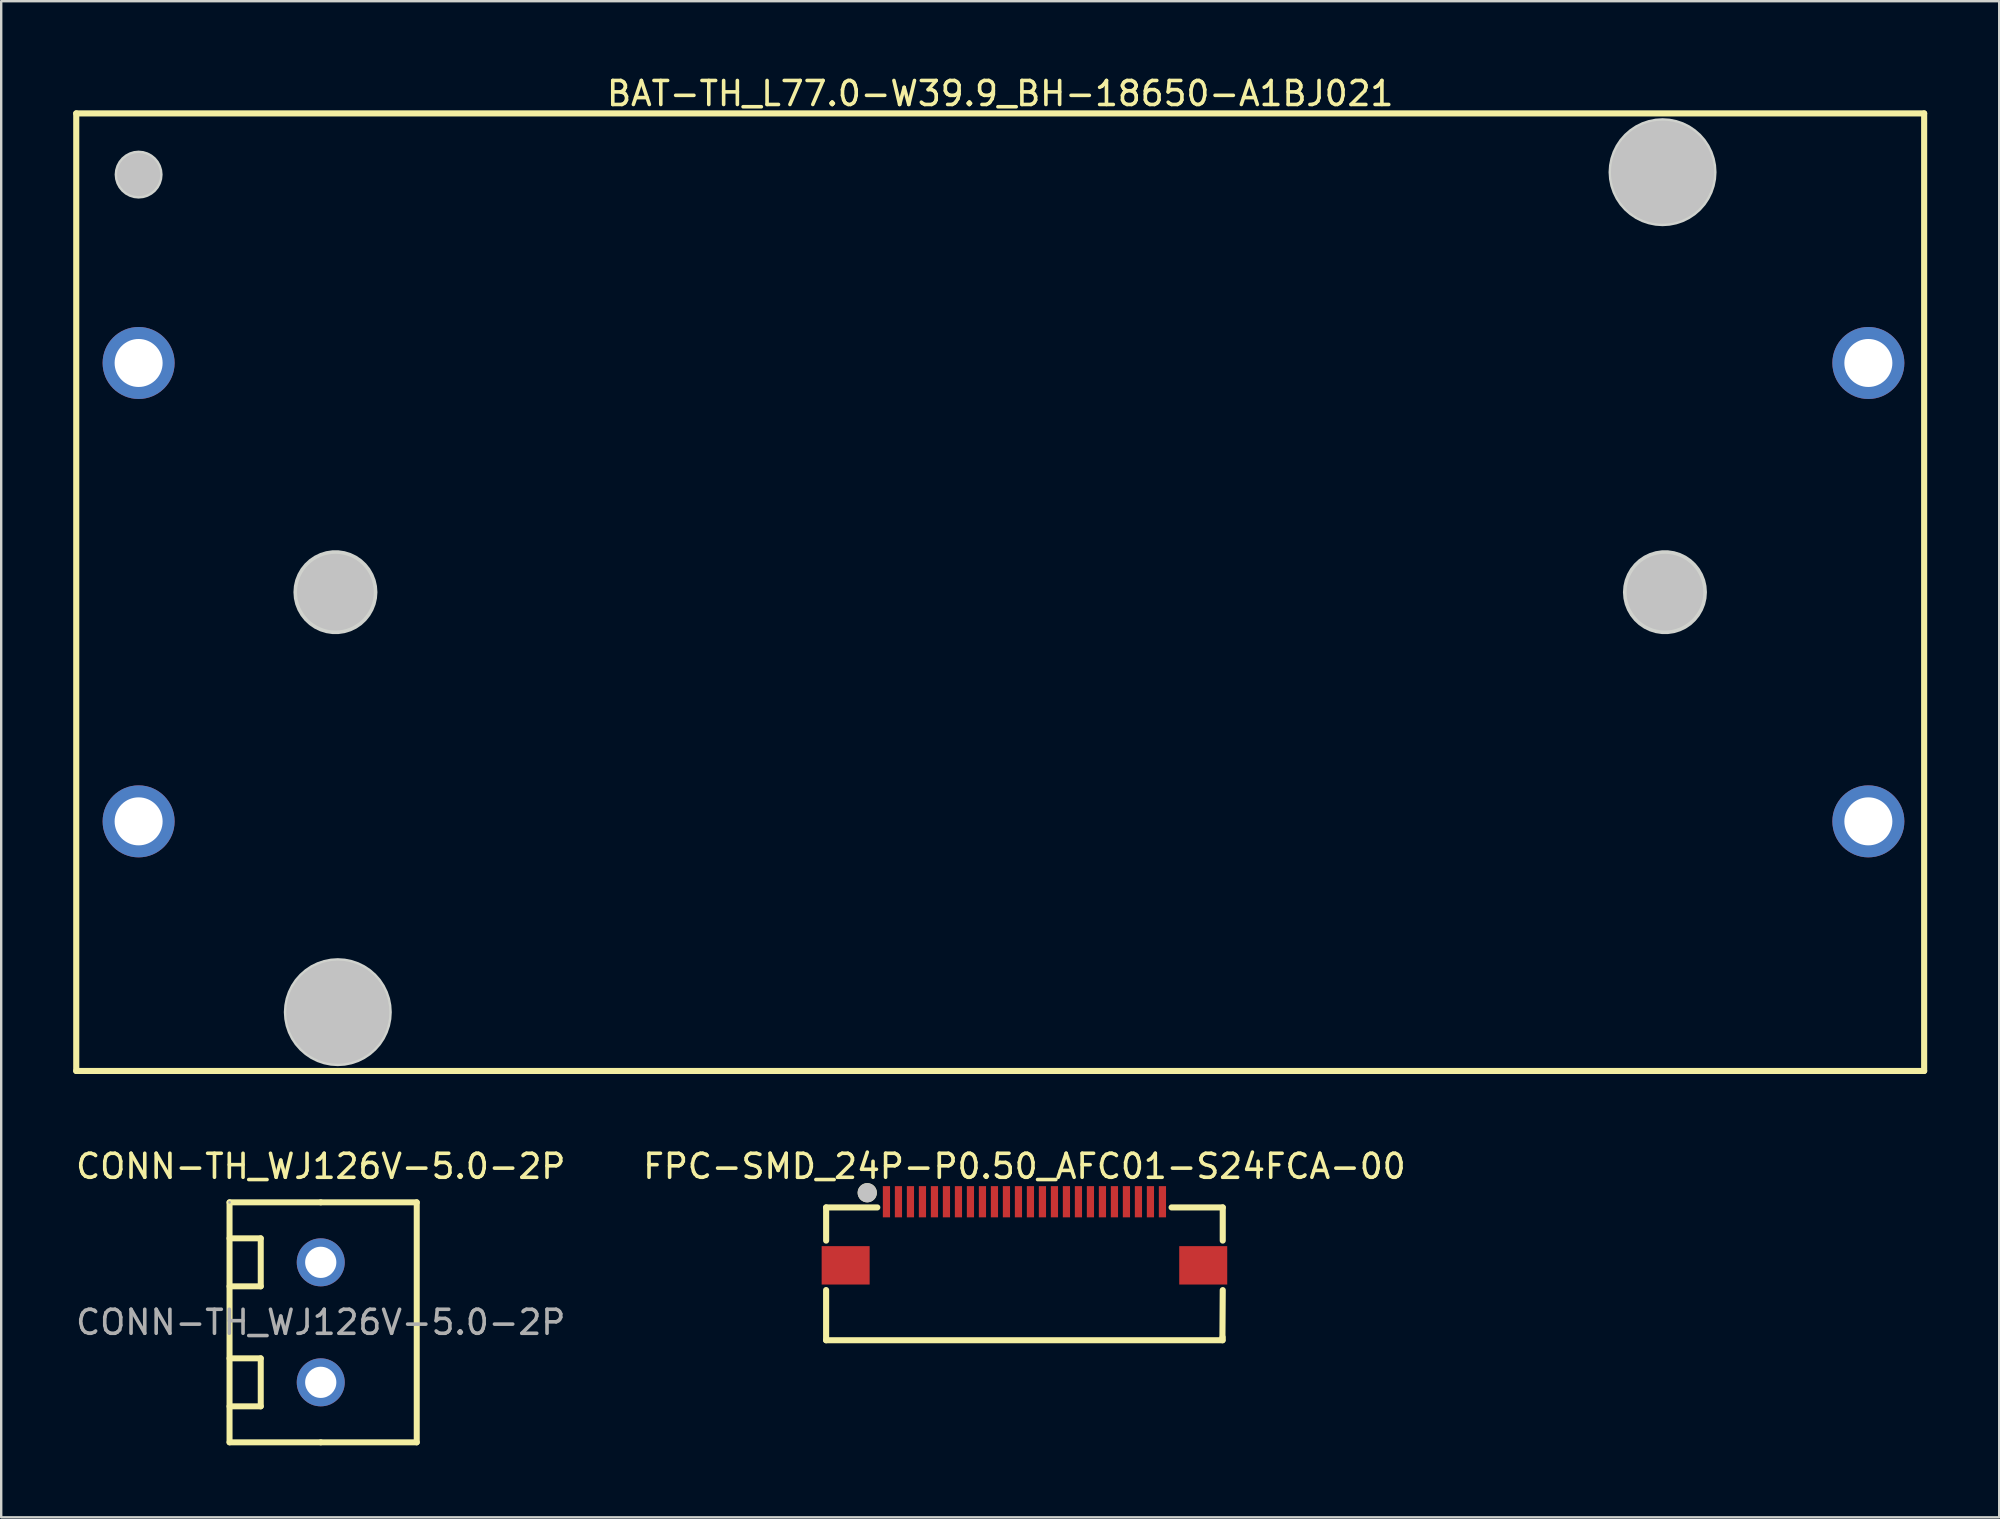
<source format=kicad_pcb>
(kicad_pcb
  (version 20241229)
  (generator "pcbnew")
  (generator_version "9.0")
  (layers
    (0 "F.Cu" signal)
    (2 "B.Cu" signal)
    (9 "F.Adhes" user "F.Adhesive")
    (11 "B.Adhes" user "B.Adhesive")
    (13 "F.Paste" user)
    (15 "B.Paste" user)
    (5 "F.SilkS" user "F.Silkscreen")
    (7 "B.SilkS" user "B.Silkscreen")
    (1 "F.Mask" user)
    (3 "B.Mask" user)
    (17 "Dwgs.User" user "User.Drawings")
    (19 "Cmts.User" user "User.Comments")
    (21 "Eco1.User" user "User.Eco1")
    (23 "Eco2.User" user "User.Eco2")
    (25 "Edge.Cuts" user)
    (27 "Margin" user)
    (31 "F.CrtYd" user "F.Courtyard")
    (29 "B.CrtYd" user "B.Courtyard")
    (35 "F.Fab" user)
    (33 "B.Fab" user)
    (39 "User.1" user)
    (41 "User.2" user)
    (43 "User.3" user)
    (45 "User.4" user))
  (footprint "CONN-TH_WJ126V-5.0-2P"
    (layer "F.Cu")
    (at 10.315 52.05)
    (property "Reference" "CONN-TH_WJ126V-5.0-2P" (at 0 -6.5 0) (layer "F.SilkS") (effects (font (size 1 1) (thickness 0.15))))
    (attr through_hole)
    (fp_line (start -3.8 -5) (end 0 -5) (stroke (width 0.25) (type solid)) (layer "F.SilkS"))
    (fp_line (start -3.8 -3.5) (end -2.5 -3.5) (stroke (width 0.25) (type solid)) (layer "F.SilkS"))
    (fp_line (start -3.8 1.5) (end -2.5 1.5) (stroke (width 0.25) (type solid)) (layer "F.SilkS"))
    (fp_line (start -3.8 5) (end -3.8 -5) (stroke (width 0.25) (type solid)) (layer "F.SilkS"))
    (fp_line (start -2.5 -3.5) (end -2.5 -1.5) (stroke (width 0.25) (type solid)) (layer "F.SilkS"))
    (fp_line (start -2.5 -1.5) (end -3.8 -1.5) (stroke (width 0.25) (type solid)) (layer "F.SilkS"))
    (fp_line (start -2.5 1.5) (end -2.5 3.5) (stroke (width 0.25) (type solid)) (layer "F.SilkS"))
    (fp_line (start -2.5 3.5) (end -3.8 3.5) (stroke (width 0.25) (type solid)) (layer "F.SilkS"))
    (fp_line (start 0 -5) (end 4 -5) (stroke (width 0.25) (type solid)) (layer "F.SilkS"))
    (fp_line (start 0 5) (end -3.8 5) (stroke (width 0.25) (type solid)) (layer "F.SilkS"))
    (fp_line (start 4 -5) (end 4 5) (stroke (width 0.25) (type solid)) (layer "F.SilkS"))
    (fp_line (start 4 5) (end 0 5) (stroke (width 0.25) (type solid)) (layer "F.SilkS"))
    (fp_circle (center -3.8 -5) (end -3.77 -5) (stroke (width 0.06) (type solid)) (fill no) (layer "F.Fab"))
    (fp_text user "${REFERENCE}" (at 0 0 0) (layer "F.Fab") (effects (font (size 1 1) (thickness 0.15))))
    (pad "1" thru_hole circle (at 0 -2.5) (size 2 2) (drill 1.3) (layers "*.Cu" "*.Mask"))
    (pad "2" thru_hole circle (at 0 2.5) (size 2 2) (drill 1.3) (layers "*.Cu" "*.Mask")))
  (footprint "FPC-SMD_24P-P0.50_AFC01-S24FCA-00"
    (layer "F.Cu")
    (at 39.637 48.35)
    (property "Reference" "FPC-SMD_24P-P0.50_AFC01-S24FCA-00" (at 0 -2.8 0) (unlocked yes) (layer "F.SilkS") (effects (font (size 1 1) (thickness 0.15))))
    (attr smd)
    (fp_line (start -8.264 2.355) (end -8.264 4.446) (stroke (width 0.254) (type default)) (layer "F.SilkS"))
    (fp_line (start -8.264 4.446) (end 8.256 4.446) (stroke (width 0.254) (type default)) (layer "F.SilkS"))
    (fp_line (start -8.263 -1.088) (end -8.263 0.294) (stroke (width 0.254) (type default)) (layer "F.SilkS"))
    (fp_line (start -6.131 -1.088) (end -8.263 -1.088) (stroke (width 0.254) (type default)) (layer "F.SilkS"))
    (fp_line (start 8.25 4.35) (end 8.263 2.357) (stroke (width 0.254) (type default)) (layer "F.SilkS"))
    (fp_line (start 8.256 4.446) (end 8.256 4.319) (stroke (width 0.254) (type default)) (layer "F.SilkS"))
    (fp_line (start 8.263 -1.088) (end 6.131 -1.088) (stroke (width 0.254) (type default)) (layer "F.SilkS"))
    (fp_line (start 8.263 0.294) (end 8.263 -1.088) (stroke (width 0.254) (type default)) (layer "F.SilkS"))
    (fp_circle (center -6.55 -1.7) (end -6.35 -1.7) (stroke (width 0.4) (type default)) (fill no) (layer "F.SilkS"))
    (fp_circle (center -6.55 -1.7) (end -6.35 -1.7) (stroke (width 0.4) (type default)) (fill no) (layer "Dwgs.User"))
    (fp_poly (pts (xy -6.7 0.825) (xy -6.7 1.825) (xy -8.2 1.825) (xy -8.2 0.825)) (stroke (width 0.1) (type default)) (fill no) (layer "User.1"))
    (fp_poly (pts (xy -5.65 -0.955) (xy -5.85 -0.955) (xy -5.85 -1.705) (xy -5.65 -1.705)) (stroke (width 0.1) (type default)) (fill no) (layer "User.1"))
    (fp_poly (pts (xy -5.15 -0.955) (xy -5.35 -0.955) (xy -5.35 -1.705) (xy -5.15 -1.705)) (stroke (width 0.1) (type default)) (fill no) (layer "User.1"))
    (fp_poly (pts (xy -4.65 -0.955) (xy -4.85 -0.955) (xy -4.85 -1.705) (xy -4.65 -1.705)) (stroke (width 0.1) (type default)) (fill no) (layer "User.1"))
    (fp_poly (pts (xy -4.15 -0.955) (xy -4.35 -0.955) (xy -4.35 -1.705) (xy -4.15 -1.705)) (stroke (width 0.1) (type default)) (fill no) (layer "User.1"))
    (fp_poly (pts (xy -3.65 -0.955) (xy -3.85 -0.955) (xy -3.85 -1.705) (xy -3.65 -1.705)) (stroke (width 0.1) (type default)) (fill no) (layer "User.1"))
    (fp_poly (pts (xy -3.15 -0.955) (xy -3.35 -0.955) (xy -3.35 -1.705) (xy -3.15 -1.705)) (stroke (width 0.1) (type default)) (fill no) (layer "User.1"))
    (fp_poly (pts (xy -2.65 -0.955) (xy -2.85 -0.955) (xy -2.85 -1.705) (xy -2.65 -1.705)) (stroke (width 0.1) (type default)) (fill no) (layer "User.1"))
    (fp_poly (pts (xy -2.15 -0.955) (xy -2.35 -0.955) (xy -2.35 -1.705) (xy -2.15 -1.705)) (stroke (width 0.1) (type default)) (fill no) (layer "User.1"))
    (fp_poly (pts (xy -1.65 -0.955) (xy -1.85 -0.955) (xy -1.85 -1.705) (xy -1.65 -1.705)) (stroke (width 0.1) (type default)) (fill no) (layer "User.1"))
    (fp_poly (pts (xy -1.15 -0.955) (xy -1.35 -0.955) (xy -1.35 -1.705) (xy -1.15 -1.705)) (stroke (width 0.1) (type default)) (fill no) (layer "User.1"))
    (fp_poly (pts (xy -0.65 -0.955) (xy -0.85 -0.955) (xy -0.85 -1.705) (xy -0.65 -1.705)) (stroke (width 0.1) (type default)) (fill no) (layer "User.1"))
    (fp_poly (pts (xy -0.15 -0.955) (xy -0.35 -0.955) (xy -0.35 -1.705) (xy -0.15 -1.705)) (stroke (width 0.1) (type default)) (fill no) (layer "User.1"))
    (fp_poly (pts (xy 0.35 -0.955) (xy 0.15 -0.955) (xy 0.15 -1.705) (xy 0.35 -1.705)) (stroke (width 0.1) (type default)) (fill no) (layer "User.1"))
    (fp_poly (pts (xy 0.85 -0.955) (xy 0.65 -0.955) (xy 0.65 -1.705) (xy 0.85 -1.705)) (stroke (width 0.1) (type default)) (fill no) (layer "User.1"))
    (fp_poly (pts (xy 1.35 -0.955) (xy 1.15 -0.955) (xy 1.15 -1.705) (xy 1.35 -1.705)) (stroke (width 0.1) (type default)) (fill no) (layer "User.1"))
    (fp_poly (pts (xy 1.85 -0.955) (xy 1.65 -0.955) (xy 1.65 -1.705) (xy 1.85 -1.705)) (stroke (width 0.1) (type default)) (fill no) (layer "User.1"))
    (fp_poly (pts (xy 2.35 -0.955) (xy 2.15 -0.955) (xy 2.15 -1.705) (xy 2.35 -1.705)) (stroke (width 0.1) (type default)) (fill no) (layer "User.1"))
    (fp_poly (pts (xy 2.85 -0.955) (xy 2.65 -0.955) (xy 2.65 -1.705) (xy 2.85 -1.705)) (stroke (width 0.1) (type default)) (fill no) (layer "User.1"))
    (fp_poly (pts (xy 3.35 -0.955) (xy 3.15 -0.955) (xy 3.15 -1.705) (xy 3.35 -1.705)) (stroke (width 0.1) (type default)) (fill no) (layer "User.1"))
    (fp_poly (pts (xy 3.85 -0.955) (xy 3.65 -0.955) (xy 3.65 -1.705) (xy 3.85 -1.705)) (stroke (width 0.1) (type default)) (fill no) (layer "User.1"))
    (fp_poly (pts (xy 4.35 -0.955) (xy 4.15 -0.955) (xy 4.15 -1.705) (xy 4.35 -1.705)) (stroke (width 0.1) (type default)) (fill no) (layer "User.1"))
    (fp_poly (pts (xy 4.85 -0.955) (xy 4.65 -0.955) (xy 4.65 -1.705) (xy 4.85 -1.705)) (stroke (width 0.1) (type default)) (fill no) (layer "User.1"))
    (fp_poly (pts (xy 5.35 -0.955) (xy 5.15 -0.955) (xy 5.15 -1.705) (xy 5.35 -1.705)) (stroke (width 0.1) (type default)) (fill no) (layer "User.1"))
    (fp_poly (pts (xy 5.85 -0.955) (xy 5.65 -0.955) (xy 5.65 -1.705) (xy 5.85 -1.705)) (stroke (width 0.1) (type default)) (fill no) (layer "User.1"))
    (fp_poly (pts (xy 8.2 0.825) (xy 8.2 1.825) (xy 6.7 1.825) (xy 6.7 0.825)) (stroke (width 0.1) (type default)) (fill no) (layer "User.1"))
    (fp_line (start -8.2 -1.005) (end 8.2 -1.005) (stroke (width 0.051) (type default)) (layer "User.2"))
    (fp_line (start -8.2 4.395) (end -8.2 -1.005) (stroke (width 0.051) (type default)) (layer "User.2"))
    (fp_line (start 8.2 -1.005) (end 8.2 4.395) (stroke (width 0.051) (type default)) (layer "User.2"))
    (fp_line (start 8.2 4.395) (end -8.2 4.395) (stroke (width 0.051) (type default)) (layer "User.2"))
    (fp_poly (pts (xy -8.14 -1.705) (xy -8.158 -1.747) (xy -8.2 -1.765) (xy -8.242 -1.747) (xy -8.26 -1.705) (xy -8.242 -1.663) (xy -8.2 -1.645) (xy -8.158 -1.663)) (stroke (width 0.1) (type default)) (fill no) (layer "User.3"))
    (pad "1" smd rect (at -5.75 -1.325 180) (size 0.3 1.3) (layers "F.Cu" "F.Mask" "F.Paste"))
    (pad "2" smd rect (at -5.25 -1.325 180) (size 0.3 1.3) (layers "F.Cu" "F.Mask" "F.Paste"))
    (pad "3" smd rect (at -4.75 -1.325 180) (size 0.3 1.3) (layers "F.Cu" "F.Mask" "F.Paste"))
    (pad "4" smd rect (at -4.25 -1.325 180) (size 0.3 1.3) (layers "F.Cu" "F.Mask" "F.Paste"))
    (pad "5" smd rect (at -3.75 -1.325 180) (size 0.3 1.3) (layers "F.Cu" "F.Mask" "F.Paste"))
    (pad "6" smd rect (at -3.25 -1.325 180) (size 0.3 1.3) (layers "F.Cu" "F.Mask" "F.Paste"))
    (pad "7" smd rect (at -2.75 -1.325 180) (size 0.3 1.3) (layers "F.Cu" "F.Mask" "F.Paste"))
    (pad "8" smd rect (at -2.25 -1.325 180) (size 0.3 1.3) (layers "F.Cu" "F.Mask" "F.Paste"))
    (pad "9" smd rect (at -1.75 -1.325 180) (size 0.3 1.3) (layers "F.Cu" "F.Mask" "F.Paste"))
    (pad "10" smd rect (at -1.25 -1.325 180) (size 0.3 1.3) (layers "F.Cu" "F.Mask" "F.Paste"))
    (pad "11" smd rect (at -0.75 -1.325 180) (size 0.3 1.3) (layers "F.Cu" "F.Mask" "F.Paste"))
    (pad "12" smd rect (at -0.25 -1.325 180) (size 0.3 1.3) (layers "F.Cu" "F.Mask" "F.Paste"))
    (pad "13" smd rect (at 0.25 -1.325 180) (size 0.3 1.3) (layers "F.Cu" "F.Mask" "F.Paste"))
    (pad "14" smd rect (at 0.75 -1.325 180) (size 0.3 1.3) (layers "F.Cu" "F.Mask" "F.Paste"))
    (pad "15" smd rect (at 1.25 -1.325 180) (size 0.3 1.3) (layers "F.Cu" "F.Mask" "F.Paste"))
    (pad "16" smd rect (at 1.75 -1.325 180) (size 0.3 1.3) (layers "F.Cu" "F.Mask" "F.Paste"))
    (pad "17" smd rect (at 2.25 -1.325 180) (size 0.3 1.3) (layers "F.Cu" "F.Mask" "F.Paste"))
    (pad "18" smd rect (at 2.75 -1.325 180) (size 0.3 1.3) (layers "F.Cu" "F.Mask" "F.Paste"))
    (pad "19" smd rect (at 3.25 -1.325 180) (size 0.3 1.3) (layers "F.Cu" "F.Mask" "F.Paste"))
    (pad "20" smd rect (at 3.75 -1.325 180) (size 0.3 1.3) (layers "F.Cu" "F.Mask" "F.Paste"))
    (pad "21" smd rect (at 4.25 -1.325 180) (size 0.3 1.3) (layers "F.Cu" "F.Mask" "F.Paste"))
    (pad "22" smd rect (at 4.75 -1.325 180) (size 0.3 1.3) (layers "F.Cu" "F.Mask" "F.Paste"))
    (pad "23" smd rect (at 5.25 -1.325 180) (size 0.3 1.3) (layers "F.Cu" "F.Mask" "F.Paste"))
    (pad "24" smd rect (at 5.75 -1.325 180) (size 0.3 1.3) (layers "F.Cu" "F.Mask" "F.Paste"))
    (pad "25" smd rect (at 7.45 1.325 90) (size 1.6 2) (layers "F.Cu" "F.Mask" "F.Paste"))
    (pad "26" smd rect (at -7.45 1.325 90) (size 1.6 2) (layers "F.Cu" "F.Mask" "F.Paste")))
  (footprint "BAT-TH_L77.0-W39.9_BH-18650-A1BJ021"
    (layer "F.Cu")
    (at 38.764 21.625)
    (property "Reference" "BAT-TH_L77.0-W39.9_BH-18650-A1BJ021" (at -0.137 -20.777 0) (unlocked yes) (layer "F.SilkS") (effects (font (size 1 1) (thickness 0.15))))
    (fp_line (start -38.637 -19.95) (end 38.363 -19.95) (stroke (width 0.254) (type default)) (layer "F.SilkS"))
    (fp_line (start -38.637 19.95) (end -38.637 -19.95) (stroke (width 0.254) (type default)) (layer "F.SilkS"))
    (fp_line (start 38.363 19.95) (end -38.637 19.95) (stroke (width 0.254) (type default)) (layer "F.SilkS"))
    (fp_line (start 38.363 19.95) (end 38.363 -19.95) (stroke (width 0.254) (type default)) (layer "F.SilkS"))
    (fp_circle (center -36.037 -17.4) (end -35.587 -17.4) (stroke (width 0.9) (type default)) (fill no) (layer "Dwgs.User"))
    (fp_circle (center -27.838 0) (end -27.038 0) (stroke (width 1.6) (type default)) (fill no) (layer "Dwgs.User"))
    (fp_circle (center -27.738 17.5) (end -26.663 17.5) (stroke (width 2.15) (type default)) (fill no) (layer "Dwgs.User"))
    (fp_circle (center 27.462 -17.5) (end 28.537 -17.5) (stroke (width 2.15) (type default)) (fill no) (layer "Dwgs.User"))
    (fp_circle (center 27.562 0) (end 28.362 0) (stroke (width 1.6) (type default)) (fill no) (layer "Dwgs.User"))
    (fp_poly (pts (xy -35.038 -17.4) (xy -35.057 -17.595) (xy -35.114 -17.783) (xy -35.206 -17.956) (xy -35.33 -18.107) (xy -35.482 -18.231) (xy -35.655 -18.324) (xy -35.842 -18.381) (xy -36.038 -18.4) (xy -36.233 -18.381) (xy -36.42 -18.324) (xy -36.593 -18.231) (xy -36.745 -18.107) (xy -36.869 -17.956) (xy -36.961 -17.783) (xy -37.018 -17.595) (xy -37.038 -17.4) (xy -37.018 -17.205) (xy -36.961 -17.017) (xy -36.869 -16.844) (xy -36.745 -16.693) (xy -36.593 -16.569) (xy -36.42 -16.476) (xy -36.233 -16.419) (xy -36.038 -16.4) (xy -35.842 -16.419) (xy -35.655 -16.476) (xy -35.482 -16.569) (xy -35.33 -16.693) (xy -35.206 -16.844) (xy -35.114 -17.017) (xy -35.057 -17.205)) (stroke (width 0) (type default)) (fill yes) (layer "Edge.Cuts"))
    (fp_poly (pts (xy -26.087 0) (xy -26.107 -0.261) (xy -26.165 -0.516) (xy -26.261 -0.759) (xy -26.392 -0.986) (xy -26.555 -1.19) (xy -26.746 -1.368) (xy -26.962 -1.516) (xy -27.198 -1.629) (xy -27.448 -1.706) (xy -27.707 -1.745) (xy -27.968 -1.745) (xy -28.227 -1.706) (xy -28.477 -1.629) (xy -28.712 -1.516) (xy -28.929 -1.368) (xy -29.12 -1.19) (xy -29.283 -0.986) (xy -29.414 -0.759) (xy -29.51 -0.516) (xy -29.568 -0.261) (xy -29.587 0) (xy -29.568 0.261) (xy -29.51 0.516) (xy -29.414 0.759) (xy -29.283 0.986) (xy -29.12 1.19) (xy -28.929 1.368) (xy -28.712 1.516) (xy -28.477 1.629) (xy -28.227 1.706) (xy -27.968 1.745) (xy -27.707 1.745) (xy -27.448 1.706) (xy -27.198 1.629) (xy -26.962 1.516) (xy -26.746 1.368) (xy -26.555 1.19) (xy -26.392 0.986) (xy -26.261 0.759) (xy -26.165 0.516) (xy -26.107 0.261)) (stroke (width 0) (type default)) (fill yes) (layer "Edge.Cuts"))
    (fp_poly (pts (xy 29.312 0) (xy 29.293 -0.261) (xy 29.235 -0.516) (xy 29.139 -0.759) (xy 29.008 -0.986) (xy 28.845 -1.19) (xy 28.654 -1.368) (xy 28.438 -1.516) (xy 28.202 -1.629) (xy 27.952 -1.706) (xy 27.693 -1.745) (xy 27.432 -1.745) (xy 27.173 -1.706) (xy 26.923 -1.629) (xy 26.688 -1.516) (xy 26.471 -1.368) (xy 26.28 -1.19) (xy 26.117 -0.986) (xy 25.986 -0.759) (xy 25.89 -0.516) (xy 25.832 -0.261) (xy 25.812 0) (xy 25.832 0.261) (xy 25.89 0.516) (xy 25.986 0.759) (xy 26.117 0.986) (xy 26.28 1.19) (xy 26.471 1.368) (xy 26.688 1.516) (xy 26.923 1.629) (xy 27.173 1.706) (xy 27.432 1.745) (xy 27.693 1.745) (xy 27.952 1.706) (xy 28.202 1.629) (xy 28.438 1.516) (xy 28.654 1.368) (xy 28.845 1.19) (xy 29.008 0.986) (xy 29.139 0.759) (xy 29.235 0.516) (xy 29.293 0.261)) (stroke (width 0) (type default)) (fill yes) (layer "Edge.Cuts"))
    (fp_poly (pts (xy -25.488 17.5) (xy -25.507 17.206) (xy -25.564 16.918) (xy -25.659 16.639) (xy -25.789 16.375) (xy -25.952 16.13) (xy -26.147 15.909) (xy -26.368 15.715) (xy -26.613 15.551) (xy -26.876 15.421) (xy -27.155 15.327) (xy -27.444 15.269) (xy -27.738 15.25) (xy -28.031 15.269) (xy -28.32 15.327) (xy -28.599 15.421) (xy -28.863 15.551) (xy -29.107 15.715) (xy -29.328 15.909) (xy -29.523 16.13) (xy -29.686 16.375) (xy -29.816 16.639) (xy -29.911 16.918) (xy -29.968 17.206) (xy -29.988 17.5) (xy -29.968 17.794) (xy -29.911 18.082) (xy -29.816 18.361) (xy -29.686 18.625) (xy -29.523 18.87) (xy -29.328 19.091) (xy -29.107 19.285) (xy -28.863 19.449) (xy -28.599 19.579) (xy -28.32 19.673) (xy -28.031 19.731) (xy -27.738 19.75) (xy -27.444 19.731) (xy -27.155 19.673) (xy -26.876 19.579) (xy -26.613 19.449) (xy -26.368 19.285) (xy -26.147 19.091) (xy -25.952 18.87) (xy -25.789 18.625) (xy -25.659 18.361) (xy -25.564 18.082) (xy -25.507 17.794)) (stroke (width 0) (type default)) (fill yes) (layer "Edge.Cuts"))
    (fp_poly (pts (xy 29.712 -17.5) (xy 29.693 -17.794) (xy 29.636 -18.082) (xy 29.541 -18.361) (xy 29.411 -18.625) (xy 29.248 -18.87) (xy 29.053 -19.091) (xy 28.832 -19.285) (xy 28.587 -19.449) (xy 28.324 -19.579) (xy 28.045 -19.673) (xy 27.756 -19.731) (xy 27.462 -19.75) (xy 27.169 -19.731) (xy 26.88 -19.673) (xy 26.601 -19.579) (xy 26.337 -19.449) (xy 26.093 -19.285) (xy 25.872 -19.091) (xy 25.677 -18.87) (xy 25.514 -18.625) (xy 25.384 -18.361) (xy 25.289 -18.082) (xy 25.232 -17.794) (xy 25.212 -17.5) (xy 25.232 -17.206) (xy 25.289 -16.918) (xy 25.384 -16.639) (xy 25.514 -16.375) (xy 25.677 -16.13) (xy 25.872 -15.909) (xy 26.093 -15.715) (xy 26.337 -15.551) (xy 26.601 -15.421) (xy 26.88 -15.327) (xy 27.169 -15.269) (xy 27.462 -15.25) (xy 27.756 -15.269) (xy 28.045 -15.327) (xy 28.324 -15.421) (xy 28.587 -15.551) (xy 28.832 -15.715) (xy 29.053 -15.909) (xy 29.248 -16.13) (xy 29.411 -16.375) (xy 29.541 -16.639) (xy 29.636 -16.918) (xy 29.693 -17.206)) (stroke (width 0) (type default)) (fill yes) (layer "Edge.Cuts"))
    (fp_poly (pts (xy -36.188 -10.05) (xy -35.888 -10.05) (xy -35.888 -9.05) (xy -36.188 -9.05)) (stroke (width 0.1) (type default)) (fill no) (layer "User.1"))
    (fp_poly (pts (xy -36.188 9.05) (xy -35.888 9.05) (xy -35.888 10.05) (xy -36.188 10.05)) (stroke (width 0.1) (type default)) (fill no) (layer "User.1"))
    (fp_poly (pts (xy 35.888 -10.05) (xy 36.188 -10.05) (xy 36.188 -9.05) (xy 35.888 -9.05)) (stroke (width 0.1) (type default)) (fill no) (layer "User.1"))
    (fp_poly (pts (xy 35.888 9.05) (xy 36.188 9.05) (xy 36.188 10.05) (xy 35.888 10.05)) (stroke (width 0.1) (type default)) (fill no) (layer "User.1"))
    (fp_line (start -38.638 -19.95) (end 38.362 -19.95) (stroke (width 0.051) (type default)) (layer "User.2"))
    (fp_line (start -38.638 19.95) (end -38.638 -19.95) (stroke (width 0.051) (type default)) (layer "User.2"))
    (fp_line (start 38.362 -19.95) (end 38.362 19.95) (stroke (width 0.051) (type default)) (layer "User.2"))
    (fp_line (start 38.362 19.95) (end -38.638 19.95) (stroke (width 0.051) (type default)) (layer "User.2"))
    (fp_poly (pts (xy -38.578 -19.95) (xy -38.595 -19.992) (xy -38.638 -20.01) (xy -38.68 -19.992) (xy -38.697 -19.95) (xy -38.68 -19.908) (xy -38.638 -19.89) (xy -38.595 -19.908)) (stroke (width 0.1) (type default)) (fill no) (layer "User.3"))
    (pad "1" thru_hole circle (at -36.038 -9.55) (size 3 3) (drill 2) (layers "*.Cu" "*.Mask"))
    (pad "2" thru_hole circle (at -36.038 9.55) (size 3 3) (drill 2) (layers "*.Cu" "*.Mask"))
    (pad "3" thru_hole circle (at 36.038 9.55) (size 3 3) (drill 2) (layers "*.Cu" "*.Mask"))
    (pad "4" thru_hole circle (at 36.038 -9.55) (size 3 3) (drill 2) (layers "*.Cu" "*.Mask")))
  (gr_rect
    (start -3 -3)
    (end 80.254 60.175)
    (stroke (width 0.1) (type default))
    (fill no)
    (layer "Edge.Cuts")))
</source>
